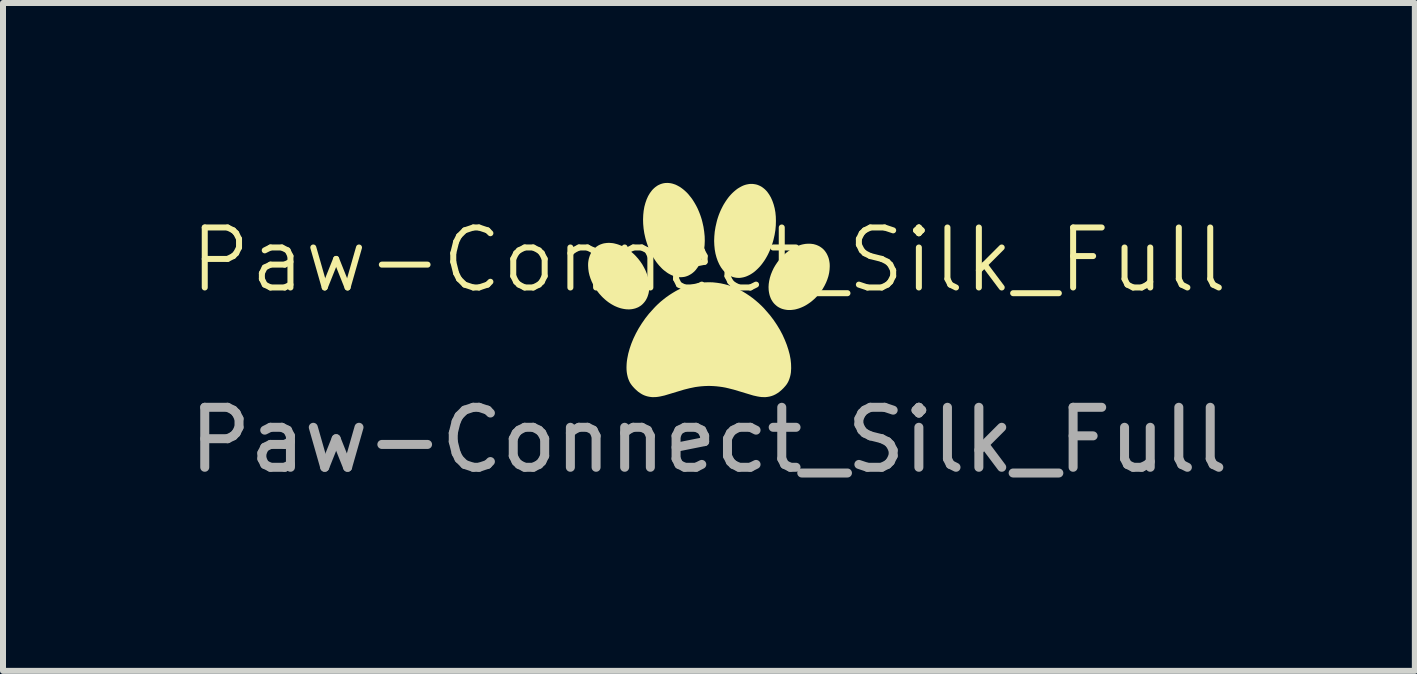
<source format=kicad_pcb>
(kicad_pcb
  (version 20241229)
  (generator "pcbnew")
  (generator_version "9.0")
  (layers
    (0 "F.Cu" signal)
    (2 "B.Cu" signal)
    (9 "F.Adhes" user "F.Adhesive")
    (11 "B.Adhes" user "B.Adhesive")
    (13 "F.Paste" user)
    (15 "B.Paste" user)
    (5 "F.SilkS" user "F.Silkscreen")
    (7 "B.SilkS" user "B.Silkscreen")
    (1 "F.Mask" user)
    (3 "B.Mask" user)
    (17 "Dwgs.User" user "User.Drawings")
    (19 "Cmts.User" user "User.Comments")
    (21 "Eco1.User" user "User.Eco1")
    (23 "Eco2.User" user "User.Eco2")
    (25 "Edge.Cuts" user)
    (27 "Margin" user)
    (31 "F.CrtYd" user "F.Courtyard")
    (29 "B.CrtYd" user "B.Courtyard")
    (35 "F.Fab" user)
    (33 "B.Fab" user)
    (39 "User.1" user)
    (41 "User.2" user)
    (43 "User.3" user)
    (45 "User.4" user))
  (footprint "Paw-Connect_Silk_Full"
    (layer "F.Cu")
    (at 8.768 1.785)
    (property "Reference" "Paw-Connect_Silk_Full" (at 0 -0.5 0) (unlocked yes) (layer "F.SilkS") (effects (font (size 1 1) (thickness 0.1))))
    (attr board_only exclude_from_pos_files exclude_from_bom allow_missing_courtyard)
    (fp_poly (pts (xy -0.681 -1.785) (xy -0.656 -1.783) (xy -0.63 -1.779) (xy -0.605 -1.773) (xy -0.58 -1.765) (xy -0.555 -1.756) (xy -0.53 -1.744) (xy -0.506 -1.731) (xy -0.481 -1.717) (xy -0.457 -1.7) (xy -0.433 -1.682) (xy -0.41 -1.663) (xy -0.387 -1.642) (xy -0.364 -1.62) (xy -0.342 -1.596) (xy -0.321 -1.57) (xy -0.3 -1.544) (xy -0.279 -1.516) (xy -0.26 -1.487) (xy -0.241 -1.456) (xy -0.223 -1.425) (xy -0.205 -1.392) (xy -0.188 -1.358) (xy -0.173 -1.323) (xy -0.158 -1.287) (xy -0.144 -1.25) (xy -0.131 -1.212) (xy -0.119 -1.173) (xy -0.109 -1.134) (xy -0.091 -1.054) (xy -0.079 -0.975) (xy -0.071 -0.897) (xy -0.069 -0.822) (xy -0.072 -0.748) (xy -0.08 -0.678) (xy -0.092 -0.611) (xy -0.108 -0.547) (xy -0.13 -0.487) (xy -0.155 -0.433) (xy -0.184 -0.383) (xy -0.217 -0.338) (xy -0.235 -0.318) (xy -0.254 -0.3) (xy -0.274 -0.283) (xy -0.295 -0.268) (xy -0.317 -0.255) (xy -0.339 -0.243) (xy -0.363 -0.233) (xy -0.387 -0.225) (xy -0.412 -0.219) (xy -0.436 -0.216) (xy -0.461 -0.214) (xy -0.487 -0.214) (xy -0.512 -0.216) (xy -0.537 -0.22) (xy -0.562 -0.226) (xy -0.587 -0.234) (xy -0.612 -0.243) (xy -0.637 -0.255) (xy -0.662 -0.268) (xy -0.686 -0.282) (xy -0.71 -0.299) (xy -0.734 -0.317) (xy -0.758 -0.336) (xy -0.781 -0.357) (xy -0.803 -0.38) (xy -0.825 -0.403) (xy -0.847 -0.429) (xy -0.868 -0.455) (xy -0.888 -0.483) (xy -0.908 -0.513) (xy -0.927 -0.543) (xy -0.945 -0.575) (xy -0.962 -0.607) (xy -0.979 -0.641) (xy -0.995 -0.676) (xy -1.01 -0.712) (xy -1.023 -0.749) (xy -1.036 -0.787) (xy -1.048 -0.826) (xy -1.059 -0.865) (xy -1.077 -0.945) (xy -1.089 -1.024) (xy -1.096 -1.102) (xy -1.098 -1.177) (xy -1.095 -1.251) (xy -1.088 -1.321) (xy -1.076 -1.389) (xy -1.059 -1.452) (xy -1.038 -1.512) (xy -1.013 -1.567) (xy -0.983 -1.617) (xy -0.95 -1.661) (xy -0.932 -1.681) (xy -0.913 -1.699) (xy -0.893 -1.716) (xy -0.872 -1.731) (xy -0.851 -1.745) (xy -0.828 -1.756) (xy -0.805 -1.766) (xy -0.781 -1.774) (xy -0.756 -1.78) (xy -0.731 -1.784) (xy -0.706 -1.785)) (stroke (width 0) (type solid)) (fill yes) (layer "F.SilkS"))
    (fp_poly (pts (xy 0.727 -1.769) (xy 0.752 -1.766) (xy 0.777 -1.762) (xy 0.802 -1.756) (xy 0.826 -1.747) (xy 0.849 -1.737) (xy 0.872 -1.725) (xy 0.893 -1.711) (xy 0.914 -1.695) (xy 0.934 -1.678) (xy 0.953 -1.659) (xy 0.971 -1.639) (xy 1.004 -1.593) (xy 1.033 -1.543) (xy 1.058 -1.487) (xy 1.079 -1.427) (xy 1.096 -1.363) (xy 1.108 -1.296) (xy 1.115 -1.225) (xy 1.117 -1.152) (xy 1.115 -1.076) (xy 1.108 -0.999) (xy 1.095 -0.92) (xy 1.077 -0.841) (xy 1.066 -0.801) (xy 1.054 -0.763) (xy 1.041 -0.725) (xy 1.027 -0.688) (xy 1.012 -0.653) (xy 0.996 -0.618) (xy 0.98 -0.585) (xy 0.962 -0.552) (xy 0.944 -0.521) (xy 0.925 -0.491) (xy 0.905 -0.463) (xy 0.885 -0.435) (xy 0.864 -0.409) (xy 0.842 -0.384) (xy 0.82 -0.361) (xy 0.797 -0.339) (xy 0.774 -0.318) (xy 0.751 -0.299) (xy 0.727 -0.282) (xy 0.702 -0.266) (xy 0.678 -0.252) (xy 0.653 -0.24) (xy 0.628 -0.229) (xy 0.603 -0.22) (xy 0.578 -0.213) (xy 0.553 -0.208) (xy 0.528 -0.204) (xy 0.503 -0.202) (xy 0.478 -0.203) (xy 0.453 -0.205) (xy 0.428 -0.21) (xy 0.403 -0.216) (xy 0.379 -0.225) (xy 0.355 -0.235) (xy 0.333 -0.247) (xy 0.311 -0.261) (xy 0.291 -0.277) (xy 0.271 -0.294) (xy 0.252 -0.313) (xy 0.234 -0.333) (xy 0.201 -0.378) (xy 0.172 -0.429) (xy 0.147 -0.484) (xy 0.126 -0.544) (xy 0.109 -0.608) (xy 0.097 -0.676) (xy 0.09 -0.747) (xy 0.087 -0.82) (xy 0.09 -0.896) (xy 0.097 -0.973) (xy 0.11 -1.052) (xy 0.128 -1.131) (xy 0.128 -1.131) (xy 0.138 -1.17) (xy 0.15 -1.209) (xy 0.163 -1.247) (xy 0.177 -1.283) (xy 0.192 -1.319) (xy 0.208 -1.353) (xy 0.225 -1.387) (xy 0.242 -1.419) (xy 0.261 -1.45) (xy 0.28 -1.48) (xy 0.3 -1.509) (xy 0.32 -1.537) (xy 0.341 -1.563) (xy 0.363 -1.588) (xy 0.385 -1.611) (xy 0.408 -1.633) (xy 0.431 -1.653) (xy 0.454 -1.672) (xy 0.478 -1.69) (xy 0.502 -1.705) (xy 0.527 -1.719) (xy 0.551 -1.732) (xy 0.576 -1.743) (xy 0.601 -1.752) (xy 0.626 -1.759) (xy 0.652 -1.764) (xy 0.677 -1.768) (xy 0.702 -1.769)) (stroke (width 0) (type solid)) (fill yes) (layer "F.SilkS"))
    (fp_poly (pts (xy -1.655 -0.786) (xy -1.631 -0.784) (xy -1.607 -0.782) (xy -1.583 -0.778) (xy -1.559 -0.772) (xy -1.535 -0.766) (xy -1.51 -0.758) (xy -1.486 -0.749) (xy -1.461 -0.739) (xy -1.436 -0.728) (xy -1.412 -0.715) (xy -1.388 -0.701) (xy -1.363 -0.686) (xy -1.339 -0.67) (xy -1.316 -0.653) (xy -1.292 -0.634) (xy -1.269 -0.615) (xy -1.246 -0.594) (xy -1.224 -0.572) (xy -1.182 -0.525) (xy -1.144 -0.476) (xy -1.11 -0.426) (xy -1.081 -0.374) (xy -1.055 -0.322) (xy -1.034 -0.269) (xy -1.017 -0.216) (xy -1.005 -0.162) (xy -0.998 -0.11) (xy -0.995 -0.059) (xy -0.995 -0.034) (xy -0.997 -0.009) (xy -0.999 0.016) (xy -1.003 0.039) (xy -1.008 0.063) (xy -1.015 0.085) (xy -1.022 0.107) (xy -1.031 0.129) (xy -1.041 0.149) (xy -1.052 0.169) (xy -1.065 0.188) (xy -1.079 0.206) (xy -1.094 0.223) (xy -1.11 0.239) (xy -1.126 0.253) (xy -1.144 0.266) (xy -1.162 0.277) (xy -1.181 0.288) (xy -1.201 0.296) (xy -1.221 0.304) (xy -1.242 0.31) (xy -1.264 0.315) (xy -1.286 0.319) (xy -1.308 0.321) (xy -1.331 0.323) (xy -1.354 0.322) (xy -1.378 0.321) (xy -1.402 0.318) (xy -1.426 0.314) (xy -1.45 0.309) (xy -1.474 0.303) (xy -1.499 0.295) (xy -1.524 0.286) (xy -1.548 0.276) (xy -1.573 0.265) (xy -1.597 0.252) (xy -1.622 0.238) (xy -1.646 0.223) (xy -1.67 0.207) (xy -1.693 0.19) (xy -1.717 0.171) (xy -1.74 0.151) (xy -1.763 0.13) (xy -1.785 0.108) (xy -1.827 0.062) (xy -1.865 0.013) (xy -1.899 -0.037) (xy -1.929 -0.089) (xy -1.954 -0.141) (xy -1.975 -0.194) (xy -1.992 -0.248) (xy -2.004 -0.301) (xy -2.011 -0.353) (xy -2.014 -0.405) (xy -2.014 -0.43) (xy -2.013 -0.454) (xy -2.01 -0.479) (xy -2.006 -0.503) (xy -2.001 -0.526) (xy -1.994 -0.549) (xy -1.987 -0.571) (xy -1.978 -0.592) (xy -1.968 -0.613) (xy -1.957 -0.632) (xy -1.944 -0.651) (xy -1.93 -0.669) (xy -1.915 -0.686) (xy -1.899 -0.702) (xy -1.883 -0.716) (xy -1.865 -0.729) (xy -1.847 -0.741) (xy -1.828 -0.751) (xy -1.808 -0.76) (xy -1.788 -0.767) (xy -1.767 -0.774) (xy -1.745 -0.779) (xy -1.723 -0.782) (xy -1.701 -0.785) (xy -1.678 -0.786)) (stroke (width 0) (type solid)) (fill yes) (layer "F.SilkS"))
    (fp_poly (pts (xy 1.678 -0.772) (xy 1.701 -0.771) (xy 1.724 -0.768) (xy 1.746 -0.765) (xy 1.767 -0.759) (xy 1.788 -0.753) (xy 1.808 -0.745) (xy 1.828 -0.736) (xy 1.847 -0.726) (xy 1.865 -0.714) (xy 1.883 -0.701) (xy 1.9 -0.687) (xy 1.916 -0.671) (xy 1.931 -0.654) (xy 1.944 -0.636) (xy 1.957 -0.617) (xy 1.968 -0.597) (xy 1.978 -0.576) (xy 1.987 -0.555) (xy 1.995 -0.533) (xy 2.001 -0.51) (xy 2.006 -0.487) (xy 2.01 -0.463) (xy 2.013 -0.438) (xy 2.014 -0.414) (xy 2.014 -0.388) (xy 2.011 -0.337) (xy 2.004 -0.285) (xy 1.992 -0.232) (xy 1.975 -0.179) (xy 1.954 -0.126) (xy 1.928 -0.073) (xy 1.899 -0.022) (xy 1.865 0.028) (xy 1.827 0.076) (xy 1.784 0.123) (xy 1.762 0.145) (xy 1.739 0.165) (xy 1.716 0.185) (xy 1.693 0.203) (xy 1.669 0.22) (xy 1.645 0.236) (xy 1.621 0.251) (xy 1.596 0.265) (xy 1.572 0.277) (xy 1.547 0.288) (xy 1.523 0.298) (xy 1.498 0.307) (xy 1.474 0.314) (xy 1.449 0.321) (xy 1.425 0.326) (xy 1.401 0.329) (xy 1.377 0.332) (xy 1.354 0.333) (xy 1.33 0.333) (xy 1.308 0.332) (xy 1.285 0.329) (xy 1.263 0.325) (xy 1.242 0.32) (xy 1.221 0.314) (xy 1.2 0.306) (xy 1.181 0.297) (xy 1.162 0.287) (xy 1.143 0.275) (xy 1.126 0.262) (xy 1.109 0.247) (xy 1.093 0.232) (xy 1.078 0.215) (xy 1.064 0.197) (xy 1.052 0.178) (xy 1.04 0.158) (xy 1.03 0.137) (xy 1.022 0.116) (xy 1.014 0.093) (xy 1.008 0.071) (xy 1.003 0.047) (xy 0.999 0.024) (xy 0.996 -0.001) (xy 0.995 -0.026) (xy 0.994 -0.051) (xy 0.997 -0.102) (xy 1.005 -0.154) (xy 1.017 -0.207) (xy 1.034 -0.261) (xy 1.055 -0.313) (xy 1.08 -0.366) (xy 1.11 -0.417) (xy 1.144 -0.467) (xy 1.182 -0.516) (xy 1.224 -0.562) (xy 1.247 -0.584) (xy 1.269 -0.604) (xy 1.292 -0.624) (xy 1.316 -0.642) (xy 1.34 -0.66) (xy 1.364 -0.676) (xy 1.388 -0.69) (xy 1.412 -0.704) (xy 1.437 -0.716) (xy 1.461 -0.728) (xy 1.486 -0.737) (xy 1.51 -0.746) (xy 1.535 -0.754) (xy 1.559 -0.76) (xy 1.584 -0.765) (xy 1.608 -0.769) (xy 1.632 -0.771) (xy 1.655 -0.772)) (stroke (width 0) (type solid)) (fill yes) (layer "F.SilkS"))
    (fp_poly (pts (xy 0.066 -0.128) (xy 0.132 -0.121) (xy 0.198 -0.111) (xy 0.262 -0.097) (xy 0.325 -0.08) (xy 0.386 -0.058) (xy 0.446 -0.034) (xy 0.505 -0.006) (xy 0.563 0.024) (xy 0.619 0.058) (xy 0.673 0.094) (xy 0.726 0.132) (xy 0.777 0.173) (xy 0.827 0.216) (xy 0.875 0.261) (xy 0.921 0.308) (xy 1.019 0.421) (xy 1.078 0.499) (xy 1.132 0.579) (xy 1.182 0.661) (xy 1.226 0.744) (xy 1.264 0.828) (xy 1.297 0.911) (xy 1.324 0.993) (xy 1.346 1.074) (xy 1.361 1.153) (xy 1.369 1.229) (xy 1.371 1.302) (xy 1.367 1.372) (xy 1.362 1.404) (xy 1.355 1.436) (xy 1.346 1.467) (xy 1.336 1.496) (xy 1.324 1.524) (xy 1.31 1.55) (xy 1.294 1.575) (xy 1.276 1.598) (xy 1.243 1.635) (xy 1.21 1.667) (xy 1.177 1.695) (xy 1.145 1.718) (xy 1.112 1.738) (xy 1.079 1.754) (xy 1.047 1.766) (xy 1.014 1.775) (xy 0.981 1.781) (xy 0.947 1.785) (xy 0.914 1.785) (xy 0.879 1.784) (xy 0.845 1.78) (xy 0.81 1.774) (xy 0.738 1.758) (xy 0.416 1.661) (xy 0.325 1.638) (xy 0.278 1.627) (xy 0.229 1.618) (xy 0.179 1.611) (xy 0.127 1.605) (xy 0.074 1.601) (xy 0.019 1.599) (xy -0.021 1.599) (xy -0.076 1.601) (xy -0.129 1.605) (xy -0.181 1.611) (xy -0.231 1.618) (xy -0.327 1.638) (xy -0.418 1.661) (xy -0.74 1.758) (xy -0.812 1.774) (xy -0.847 1.78) (xy -0.882 1.784) (xy -0.916 1.785) (xy -0.95 1.785) (xy -0.983 1.781) (xy -1.016 1.775) (xy -1.049 1.766) (xy -1.082 1.754) (xy -1.115 1.738) (xy -1.147 1.718) (xy -1.18 1.695) (xy -1.212 1.667) (xy -1.245 1.635) (xy -1.278 1.598) (xy -1.296 1.574) (xy -1.313 1.549) (xy -1.327 1.522) (xy -1.339 1.494) (xy -1.35 1.464) (xy -1.358 1.432) (xy -1.365 1.4) (xy -1.37 1.366) (xy -1.373 1.331) (xy -1.374 1.295) (xy -1.373 1.258) (xy -1.371 1.22) (xy -1.367 1.181) (xy -1.361 1.142) (xy -1.345 1.061) (xy -1.322 0.978) (xy -1.293 0.893) (xy -1.258 0.808) (xy -1.217 0.723) (xy -1.171 0.639) (xy -1.119 0.556) (xy -1.062 0.474) (xy -1 0.395) (xy -0.899 0.283) (xy -0.854 0.239) (xy -0.807 0.196) (xy -0.758 0.156) (xy -0.708 0.117) (xy -0.656 0.081) (xy -0.603 0.047) (xy -0.549 0.015) (xy -0.493 -0.014) (xy -0.435 -0.04) (xy -0.377 -0.063) (xy -0.317 -0.083) (xy -0.256 -0.099) (xy -0.194 -0.112) (xy -0.131 -0.122) (xy -0.066 -0.128) (xy -0.001 -0.13)) (stroke (width 0) (type solid)) (fill yes) (layer "F.SilkS"))
    (fp_text user "${REFERENCE}" (at 0 2.5 0) (unlocked yes) (layer "F.Fab") (effects (font (size 1 1) (thickness 0.15)))))
  (gr_rect
    (start -3 -3)
    (end 20.536 8.134)
    (stroke (width 0.1) (type default))
    (fill no)
    (layer "Edge.Cuts")))
</source>
